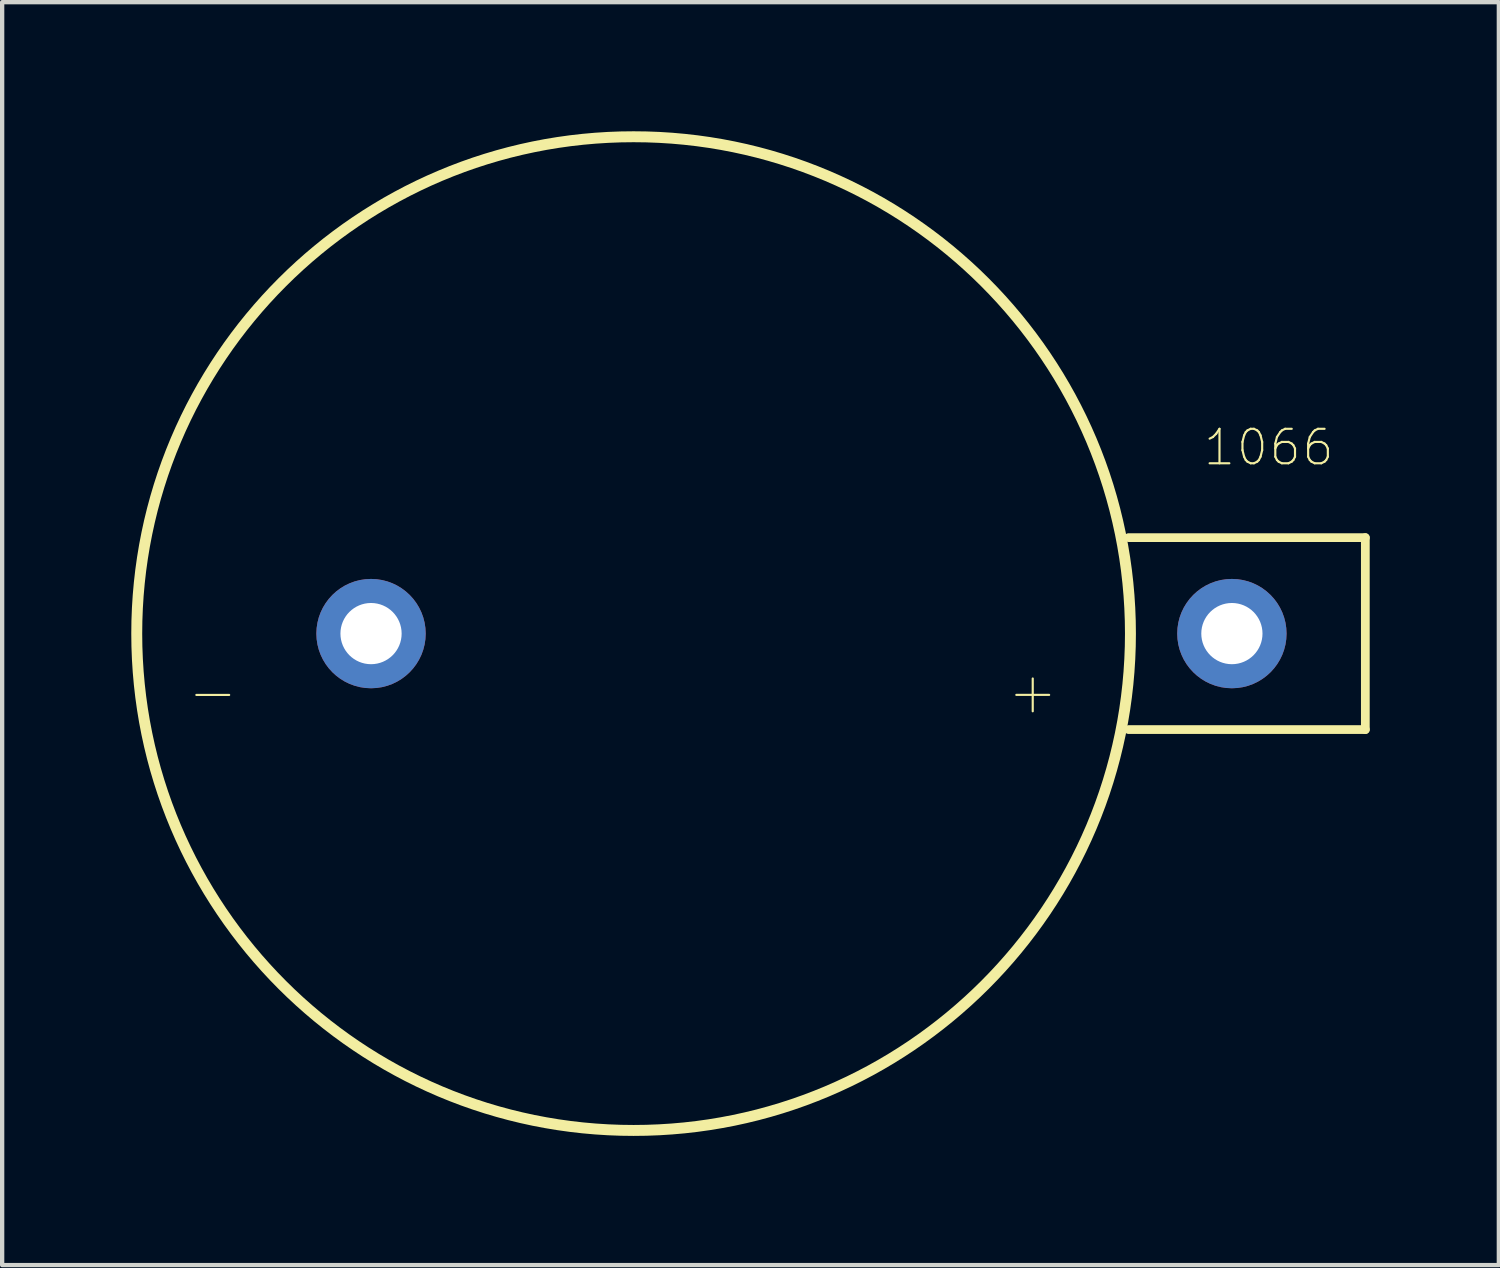
<source format=kicad_pcb>
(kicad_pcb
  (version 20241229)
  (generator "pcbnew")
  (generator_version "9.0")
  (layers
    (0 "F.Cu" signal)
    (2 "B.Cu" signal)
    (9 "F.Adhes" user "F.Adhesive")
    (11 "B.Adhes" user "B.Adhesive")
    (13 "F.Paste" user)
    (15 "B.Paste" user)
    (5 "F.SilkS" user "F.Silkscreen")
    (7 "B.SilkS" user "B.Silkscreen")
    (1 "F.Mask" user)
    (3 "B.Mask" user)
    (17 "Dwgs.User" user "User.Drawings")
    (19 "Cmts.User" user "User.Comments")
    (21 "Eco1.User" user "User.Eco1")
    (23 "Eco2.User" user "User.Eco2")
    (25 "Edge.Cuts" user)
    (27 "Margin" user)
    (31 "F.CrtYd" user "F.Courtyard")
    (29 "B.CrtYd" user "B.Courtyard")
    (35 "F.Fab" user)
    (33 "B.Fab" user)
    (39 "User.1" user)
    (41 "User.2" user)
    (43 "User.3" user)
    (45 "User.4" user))
  (footprint "1066"
    (layer "F.Cu")
    (at 11.67 11.67)
    (property "Reference" "1066" (at 14.756 -4.325 0) (layer "F.SilkS") (effects (font (size 0.801 0.801) (thickness 0.05))))
    (attr through_hole)
    (fp_line (start 11.5 -2.23) (end 17 -2.23) (stroke (width 0.203) (type solid)) (layer "F.SilkS"))
    (fp_line (start 17 -2.23) (end 17 2.23) (stroke (width 0.203) (type solid)) (layer "F.SilkS"))
    (fp_line (start 17 2.23) (end 11.5 2.23) (stroke (width 0.203) (type solid)) (layer "F.SilkS"))
    (fp_circle (center 0 0) (end 11.543 0) (stroke (width 0.254) (type solid)) (fill no) (layer "F.SilkS"))
    (fp_line (start -10 -1.5) (end -7.5 -1.5) (stroke (width 0.203) (type solid)) (layer "Eco2.User"))
    (fp_line (start -7.5 -1.5) (end -7.5 1.5) (stroke (width 0.203) (type solid)) (layer "Eco2.User"))
    (fp_line (start -7.5 1.5) (end -10 1.5) (stroke (width 0.203) (type solid)) (layer "Eco2.User"))
    (fp_line (start -4 0.865) (end -4 -0.865) (stroke (width 0.203) (type solid)) (layer "Eco2.User"))
    (fp_line (start -3.365 -1.5) (end 10 -1.5) (stroke (width 0.203) (type solid)) (layer "Eco2.User"))
    (fp_line (start -3 -0.004) (end -3 0.004) (stroke (width 0.127) (type solid)) (layer "Eco2.User"))
    (fp_line (start -2.746 -0.25) (end -1.504 -0.25) (stroke (width 0.203) (type solid)) (layer "Eco2.User"))
    (fp_line (start -1.504 0.25) (end -2.746 0.25) (stroke (width 0.203) (type solid)) (layer "Eco2.User"))
    (fp_line (start -1.25 -0.504) (end -1.25 -0.5) (stroke (width 0.203) (type solid)) (layer "Eco2.User"))
    (fp_line (start -1.25 -0.5) (end 14.5 -0.5) (stroke (width 0.203) (type solid)) (layer "Eco2.User"))
    (fp_line (start -1.25 0.5) (end -1.25 0.504) (stroke (width 0.127) (type solid)) (layer "Eco2.User"))
    (fp_line (start 10 -1.5) (end 14.5 -1.5) (stroke (width 0.203) (type solid)) (layer "Eco2.User"))
    (fp_line (start 10 1.5) (end -3.365 1.5) (stroke (width 0.203) (type solid)) (layer "Eco2.User"))
    (fp_line (start 14.5 -1.5) (end 14.5 -0.5) (stroke (width 0.203) (type solid)) (layer "Eco2.User"))
    (fp_line (start 14.5 -1.5) (end 16 -1.5) (stroke (width 0.203) (type solid)) (layer "Eco2.User"))
    (fp_line (start 14.5 -0.5) (end 14.5 0.5) (stroke (width 0.203) (type solid)) (layer "Eco2.User"))
    (fp_line (start 14.5 0.5) (end -1.25 0.5) (stroke (width 0.203) (type solid)) (layer "Eco2.User"))
    (fp_line (start 14.5 0.5) (end 14.5 1.5) (stroke (width 0.203) (type solid)) (layer "Eco2.User"))
    (fp_line (start 14.5 1.5) (end 10 1.5) (stroke (width 0.203) (type solid)) (layer "Eco2.User"))
    (fp_line (start 16 -1.5) (end 16 -1) (stroke (width 0.203) (type solid)) (layer "Eco2.User"))
    (fp_line (start 16 -1) (end 17 -1) (stroke (width 0.203) (type solid)) (layer "Eco2.User"))
    (fp_line (start 16 1) (end 16 1.5) (stroke (width 0.203) (type solid)) (layer "Eco2.User"))
    (fp_line (start 16 1.5) (end 14.5 1.5) (stroke (width 0.203) (type solid)) (layer "Eco2.User"))
    (fp_line (start 17 1) (end 16 1) (stroke (width 0.203) (type solid)) (layer "Eco2.User"))
    (fp_arc (start -10 -1.5) (mid -0.003353 -10.111838) (end 9.999003 -1.506632) (stroke (width 0.1778) (type solid)) (layer "Eco2.User"))
    (fp_arc (start -4 -0.865) (mid -3.814013 -1.314013) (end -3.365 -1.5) (stroke (width 0.2032) (type solid)) (layer "Eco2.User"))
    (fp_arc (start -3.365 1.5) (mid -3.814013 1.314013) (end -4 0.865) (stroke (width 0.2032) (type solid)) (layer "Eco2.User"))
    (fp_arc (start -3 0.004) (mid -2.925605 -0.175605) (end -2.746 -0.25) (stroke (width 0.2032) (type solid)) (layer "Eco2.User"))
    (fp_arc (start -2.746 0.25) (mid -2.925605 0.175605) (end -3 -0.004) (stroke (width 0.2032) (type solid)) (layer "Eco2.User"))
    (fp_arc (start -1.504 0.25) (mid -1.325803 0.322969) (end -1.250002 0.49998) (stroke (width 0.2032) (type solid)) (layer "Eco2.User"))
    (fp_arc (start -1.25 -0.504) (mid -1.249992 -0.502005) (end -1.25 -0.50001) (stroke (width 0.127) (type solid)) (layer "Eco2.User"))
    (fp_arc (start -1.25 -0.5) (mid -1.325787 -0.322982) (end -1.50398 -0.249999) (stroke (width 0.2032) (type solid)) (layer "Eco2.User"))
    (fp_arc (start -1.25 0.5) (mid -1.249992 0.501995) (end -1.25 0.50399) (stroke (width 0.2032) (type solid)) (layer "Eco2.User"))
    (fp_arc (start 10 1.5) (mid 0.003353 10.111838) (end -9.999003 1.506632) (stroke (width 0.1778) (type solid)) (layer "Eco2.User"))
    (fp_text user "-" (at -9.777 1.346 0) (layer "F.SilkS") (effects (font (size 1 1) (thickness 0.05))))
    (fp_text user "+" (at 9.273 1.345 0) (layer "F.SilkS") (effects (font (size 1 1) (thickness 0.05))))
    (pad "1" thru_hole circle (at 13.9 0) (size 2.54 2.54) (drill 1.422) (layers "*.Cu" "*.Mask"))
    (pad "2" thru_hole circle (at -6.1 0) (size 2.54 2.54) (drill 1.422) (layers "*.Cu" "*.Mask")))
  (gr_rect
    (start -3 -3)
    (end 31.772 26.341)
    (stroke (width 0.1) (type default))
    (fill no)
    (layer "Edge.Cuts")))
</source>
